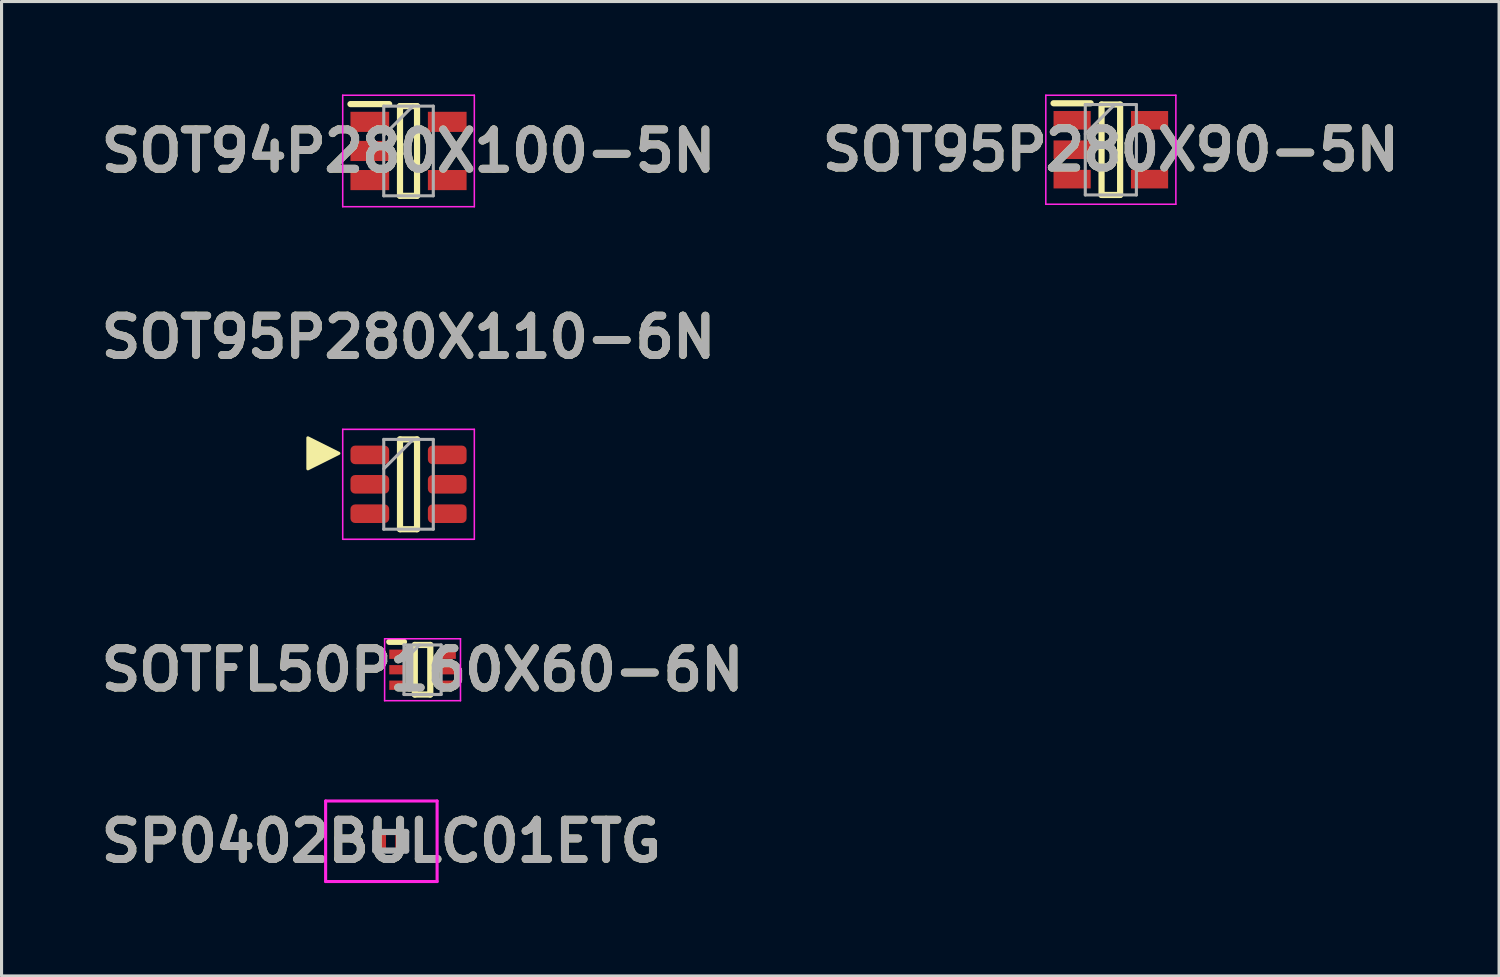
<source format=kicad_pcb>
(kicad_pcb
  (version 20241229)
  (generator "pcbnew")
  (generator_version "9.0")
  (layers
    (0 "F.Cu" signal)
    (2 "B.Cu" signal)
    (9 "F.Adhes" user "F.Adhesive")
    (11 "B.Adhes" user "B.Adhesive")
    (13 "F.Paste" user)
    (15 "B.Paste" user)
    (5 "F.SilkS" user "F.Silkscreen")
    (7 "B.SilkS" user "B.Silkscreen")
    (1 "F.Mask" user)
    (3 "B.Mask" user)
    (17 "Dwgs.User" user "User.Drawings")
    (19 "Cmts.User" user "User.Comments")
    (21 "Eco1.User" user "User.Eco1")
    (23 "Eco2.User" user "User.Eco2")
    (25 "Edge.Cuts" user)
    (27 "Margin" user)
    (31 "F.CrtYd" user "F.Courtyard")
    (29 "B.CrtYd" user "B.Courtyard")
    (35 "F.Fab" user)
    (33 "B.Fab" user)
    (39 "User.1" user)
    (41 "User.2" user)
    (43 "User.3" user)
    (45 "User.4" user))
  (footprint "SOT95P280X110-6N"
    (layer "F.Cu")
    (at 10.142 12.589)
    (property "Reference" "SOT95P280X110-6N" (at 0 -4.75 0) (layer "F.SilkS") (effects (font (size 1.27 1.27) (thickness 0.254))))
    (attr smd)
    (fp_line (start -0.275 -1.45) (end 0.275 -1.45) (stroke (width 0.2) (type solid)) (layer "F.SilkS"))
    (fp_line (start -0.275 1.45) (end -0.275 -1.45) (stroke (width 0.2) (type solid)) (layer "F.SilkS"))
    (fp_line (start 0.275 -1.45) (end 0.275 1.45) (stroke (width 0.2) (type solid)) (layer "F.SilkS"))
    (fp_line (start 0.275 1.45) (end -0.275 1.45) (stroke (width 0.2) (type solid)) (layer "F.SilkS"))
    (fp_poly (pts (xy -2.25 -1) (xy -3.25 -0.5) (xy -3.25 -1.5)) (stroke (width 0.1) (type solid)) (fill yes) (layer "F.SilkS"))
    (fp_line (start -2.125 -1.775) (end 2.125 -1.775) (stroke (width 0.05) (type solid)) (layer "F.CrtYd"))
    (fp_line (start -2.125 1.775) (end -2.125 -1.775) (stroke (width 0.05) (type solid)) (layer "F.CrtYd"))
    (fp_line (start 2.125 -1.775) (end 2.125 1.775) (stroke (width 0.05) (type solid)) (layer "F.CrtYd"))
    (fp_line (start 2.125 1.775) (end -2.125 1.775) (stroke (width 0.05) (type solid)) (layer "F.CrtYd"))
    (fp_line (start -0.8 -1.45) (end 0.8 -1.45) (stroke (width 0.1) (type solid)) (layer "F.Fab"))
    (fp_line (start -0.8 -0.5) (end 0.15 -1.45) (stroke (width 0.1) (type solid)) (layer "F.Fab"))
    (fp_line (start -0.8 1.45) (end -0.8 -1.45) (stroke (width 0.1) (type solid)) (layer "F.Fab"))
    (fp_line (start 0.8 -1.45) (end 0.8 1.45) (stroke (width 0.1) (type solid)) (layer "F.Fab"))
    (fp_line (start 0.8 1.45) (end -0.8 1.45) (stroke (width 0.1) (type solid)) (layer "F.Fab"))
    (fp_text user "${REFERENCE}" (at 0 -4.75 0) (layer "F.Fab") (effects (font (size 1.27 1.27) (thickness 0.254))))
    (pad "1" smd roundrect (at -1.25 -0.95 90) (size 0.6 1.25) (layers "F.Cu" "F.Mask" "F.Paste") (roundrect_rratio 0.25))
    (pad "2" smd roundrect (at -1.25 0 90) (size 0.6 1.25) (layers "F.Cu" "F.Mask" "F.Paste") (roundrect_rratio 0.25))
    (pad "3" smd roundrect (at -1.25 0.95 90) (size 0.6 1.25) (layers "F.Cu" "F.Mask" "F.Paste") (roundrect_rratio 0.25))
    (pad "4" smd roundrect (at 1.25 0.95 90) (size 0.6 1.25) (layers "F.Cu" "F.Mask" "F.Paste") (roundrect_rratio 0.25))
    (pad "5" smd roundrect (at 1.25 0 90) (size 0.6 1.25) (layers "F.Cu" "F.Mask" "F.Paste") (roundrect_rratio 0.25))
    (pad "6" smd roundrect (at 1.25 -0.95 90) (size 0.6 1.25) (layers "F.Cu" "F.Mask" "F.Paste") (roundrect_rratio 0.25)))
  (footprint "SOTFL50P160X60-6N"
    (layer "F.Cu")
    (at 10.595 18.577)
    (property "Reference" "SOTFL50P160X60-6N" (at 0 0 0) (layer "F.SilkS") (effects (font (size 1.27 1.27) (thickness 0.254))))
    (attr smd)
    (fp_line (start -1.075 -0.9) (end -0.6 -0.9) (stroke (width 0.2) (type solid)) (layer "F.SilkS"))
    (fp_line (start -0.25 -0.8) (end 0.25 -0.8) (stroke (width 0.2) (type solid)) (layer "F.SilkS"))
    (fp_line (start -0.25 0.8) (end -0.25 -0.8) (stroke (width 0.2) (type solid)) (layer "F.SilkS"))
    (fp_line (start 0.25 -0.8) (end 0.25 0.8) (stroke (width 0.2) (type solid)) (layer "F.SilkS"))
    (fp_line (start 0.25 0.8) (end -0.25 0.8) (stroke (width 0.2) (type solid)) (layer "F.SilkS"))
    (fp_line (start -1.225 -1) (end 1.225 -1) (stroke (width 0.05) (type solid)) (layer "F.CrtYd"))
    (fp_line (start -1.225 1) (end -1.225 -1) (stroke (width 0.05) (type solid)) (layer "F.CrtYd"))
    (fp_line (start 1.225 -1) (end 1.225 1) (stroke (width 0.05) (type solid)) (layer "F.CrtYd"))
    (fp_line (start 1.225 1) (end -1.225 1) (stroke (width 0.05) (type solid)) (layer "F.CrtYd"))
    (fp_line (start -0.6 -0.8) (end 0.6 -0.8) (stroke (width 0.1) (type solid)) (layer "F.Fab"))
    (fp_line (start -0.6 -0.3) (end -0.1 -0.8) (stroke (width 0.1) (type solid)) (layer "F.Fab"))
    (fp_line (start -0.6 0.8) (end -0.6 -0.8) (stroke (width 0.1) (type solid)) (layer "F.Fab"))
    (fp_line (start 0.6 -0.8) (end 0.6 0.8) (stroke (width 0.1) (type solid)) (layer "F.Fab"))
    (fp_line (start 0.6 0.8) (end -0.6 0.8) (stroke (width 0.1) (type solid)) (layer "F.Fab"))
    (fp_text user "${REFERENCE}" (at 0 0 0) (layer "F.Fab") (effects (font (size 1.27 1.27) (thickness 0.254))))
    (pad "1" smd rect (at -0.838 -0.5 90) (size 0.3 0.475) (layers "F.Cu" "F.Mask" "F.Paste"))
    (pad "2" smd rect (at -0.838 0 90) (size 0.3 0.475) (layers "F.Cu" "F.Mask" "F.Paste"))
    (pad "3" smd rect (at -0.838 0.5 90) (size 0.3 0.475) (layers "F.Cu" "F.Mask" "F.Paste"))
    (pad "4" smd rect (at 0.838 0.5 90) (size 0.3 0.475) (layers "F.Cu" "F.Mask" "F.Paste"))
    (pad "5" smd rect (at 0.838 0 90) (size 0.3 0.475) (layers "F.Cu" "F.Mask" "F.Paste"))
    (pad "6" smd rect (at 0.838 -0.5 90) (size 0.3 0.475) (layers "F.Cu" "F.Mask" "F.Paste")))
  (footprint "SP0402BULC01ETG"
    (layer "F.Cu")
    (at 9.565 24.116)
    (property "Reference" "SP0402BULC01ETG" (at -0.3 0 0) (layer "F.SilkS") (effects (font (size 1.27 1.27) (thickness 0.254))))
    (attr smd)
    (fp_line (start -1.1 0) (end -1.1 0) (stroke (width 0.2) (type solid)) (layer "F.SilkS"))
    (fp_line (start -1.1 0) (end -1.1 0) (stroke (width 0.2) (type solid)) (layer "F.SilkS"))
    (fp_line (start -1 0) (end -1 0) (stroke (width 0.2) (type solid)) (layer "F.SilkS"))
    (fp_arc (start -1.1 0) (mid -1.05 -0.05) (end -1 0) (stroke (width 0.2) (type solid)) (layer "F.SilkS"))
    (fp_arc (start -1 0) (mid -1.05 0.05) (end -1.1 0) (stroke (width 0.2) (type solid)) (layer "F.SilkS"))
    (fp_arc (start -1 0) (mid -1.05 0.05) (end -1.1 0) (stroke (width 0.2) (type solid)) (layer "F.SilkS"))
    (fp_line (start -2.1 -1.3) (end 1.5 -1.3) (stroke (width 0.1) (type solid)) (layer "F.CrtYd"))
    (fp_line (start -2.1 1.3) (end -2.1 -1.3) (stroke (width 0.1) (type solid)) (layer "F.CrtYd"))
    (fp_line (start 1.5 -1.3) (end 1.5 1.3) (stroke (width 0.1) (type solid)) (layer "F.CrtYd"))
    (fp_line (start 1.5 1.3) (end -2.1 1.3) (stroke (width 0.1) (type solid)) (layer "F.CrtYd"))
    (fp_line (start -0.5 -0.3) (end -0.5 0.3) (stroke (width 0.2) (type solid)) (layer "F.Fab"))
    (fp_line (start -0.5 0.3) (end 0.5 0.3) (stroke (width 0.2) (type solid)) (layer "F.Fab"))
    (fp_line (start 0.5 -0.3) (end -0.5 -0.3) (stroke (width 0.2) (type solid)) (layer "F.Fab"))
    (fp_line (start 0.5 0.3) (end 0.5 -0.3) (stroke (width 0.2) (type solid)) (layer "F.Fab"))
    (fp_text user "${REFERENCE}" (at -0.3 0 0) (layer "F.Fab") (effects (font (size 1.27 1.27) (thickness 0.254))))
    (pad "1" smd rect (at -0.325 0) (size 0.35 0.6) (layers "F.Cu" "F.Mask" "F.Paste"))
    (pad "2" smd rect (at 0.325 0) (size 0.35 0.6) (layers "F.Cu" "F.Mask" "F.Paste")))
  (footprint "SOT95P280X90-5N"
    (layer "F.Cu")
    (at 32.821 1.785)
    (property "Reference" "SOT95P280X90-5N" (at 0 0 0) (layer "F.SilkS") (effects (font (size 1.27 1.27) (thickness 0.254))))
    (attr smd)
    (fp_line (start -1.85 -1.5) (end -0.65 -1.5) (stroke (width 0.2) (type solid)) (layer "F.SilkS"))
    (fp_line (start -0.3 -1.46) (end 0.3 -1.46) (stroke (width 0.2) (type solid)) (layer "F.SilkS"))
    (fp_line (start -0.3 1.46) (end -0.3 -1.46) (stroke (width 0.2) (type solid)) (layer "F.SilkS"))
    (fp_line (start 0.3 -1.46) (end 0.3 1.46) (stroke (width 0.2) (type solid)) (layer "F.SilkS"))
    (fp_line (start 0.3 1.46) (end -0.3 1.46) (stroke (width 0.2) (type solid)) (layer "F.SilkS"))
    (fp_line (start -2.1 -1.76) (end 2.1 -1.76) (stroke (width 0.05) (type solid)) (layer "F.CrtYd"))
    (fp_line (start -2.1 1.76) (end -2.1 -1.76) (stroke (width 0.05) (type solid)) (layer "F.CrtYd"))
    (fp_line (start 2.1 -1.76) (end 2.1 1.76) (stroke (width 0.05) (type solid)) (layer "F.CrtYd"))
    (fp_line (start 2.1 1.76) (end -2.1 1.76) (stroke (width 0.05) (type solid)) (layer "F.CrtYd"))
    (fp_line (start -0.825 -1.46) (end 0.825 -1.46) (stroke (width 0.1) (type solid)) (layer "F.Fab"))
    (fp_line (start -0.825 -0.51) (end 0.125 -1.46) (stroke (width 0.1) (type solid)) (layer "F.Fab"))
    (fp_line (start -0.825 1.46) (end -0.825 -1.46) (stroke (width 0.1) (type solid)) (layer "F.Fab"))
    (fp_line (start 0.825 -1.46) (end 0.825 1.46) (stroke (width 0.1) (type solid)) (layer "F.Fab"))
    (fp_line (start 0.825 1.46) (end -0.825 1.46) (stroke (width 0.1) (type solid)) (layer "F.Fab"))
    (fp_text user "${REFERENCE}" (at 0 0 0) (layer "F.Fab") (effects (font (size 1.27 1.27) (thickness 0.254))))
    (pad "1" smd rect (at -1.25 -0.95 90) (size 0.6 1.2) (layers "F.Cu" "F.Mask" "F.Paste"))
    (pad "2" smd rect (at -1.25 0 90) (size 0.6 1.2) (layers "F.Cu" "F.Mask" "F.Paste"))
    (pad "3" smd rect (at -1.25 0.95 90) (size 0.6 1.2) (layers "F.Cu" "F.Mask" "F.Paste"))
    (pad "4" smd rect (at 1.25 0.95 90) (size 0.6 1.2) (layers "F.Cu" "F.Mask" "F.Paste"))
    (pad "5" smd rect (at 1.25 -0.95 90) (size 0.6 1.2) (layers "F.Cu" "F.Mask" "F.Paste")))
  (footprint "SOT94P280X100-5N"
    (layer "F.Cu")
    (at 10.142 1.825)
    (property "Reference" "SOT94P280X100-5N" (at 0 0 0) (layer "F.SilkS") (effects (font (size 1.27 1.27) (thickness 0.254))))
    (attr smd)
    (fp_line (start -1.875 -1.514) (end -0.625 -1.514) (stroke (width 0.2) (type solid)) (layer "F.SilkS"))
    (fp_line (start -0.275 -1.448) (end 0.275 -1.448) (stroke (width 0.2) (type solid)) (layer "F.SilkS"))
    (fp_line (start -0.275 1.448) (end -0.275 -1.448) (stroke (width 0.2) (type solid)) (layer "F.SilkS"))
    (fp_line (start 0.275 -1.448) (end 0.275 1.448) (stroke (width 0.2) (type solid)) (layer "F.SilkS"))
    (fp_line (start 0.275 1.448) (end -0.275 1.448) (stroke (width 0.2) (type solid)) (layer "F.SilkS"))
    (fp_line (start -2.125 -1.8) (end 2.125 -1.8) (stroke (width 0.05) (type solid)) (layer "F.CrtYd"))
    (fp_line (start -2.125 1.8) (end -2.125 -1.8) (stroke (width 0.05) (type solid)) (layer "F.CrtYd"))
    (fp_line (start 2.125 -1.8) (end 2.125 1.8) (stroke (width 0.05) (type solid)) (layer "F.CrtYd"))
    (fp_line (start 2.125 1.8) (end -2.125 1.8) (stroke (width 0.05) (type solid)) (layer "F.CrtYd"))
    (fp_line (start -0.8 -1.448) (end 0.8 -1.448) (stroke (width 0.1) (type solid)) (layer "F.Fab"))
    (fp_line (start -0.8 -0.508) (end 0.14 -1.448) (stroke (width 0.1) (type solid)) (layer "F.Fab"))
    (fp_line (start -0.8 1.448) (end -0.8 -1.448) (stroke (width 0.1) (type solid)) (layer "F.Fab"))
    (fp_line (start 0.8 -1.448) (end 0.8 1.448) (stroke (width 0.1) (type solid)) (layer "F.Fab"))
    (fp_line (start 0.8 1.448) (end -0.8 1.448) (stroke (width 0.1) (type solid)) (layer "F.Fab"))
    (fp_text user "${REFERENCE}" (at 0 0 0) (layer "F.Fab") (effects (font (size 1.27 1.27) (thickness 0.254))))
    (pad "1" smd rect (at -1.25 -0.94 90) (size 0.65 1.25) (layers "F.Cu" "F.Mask" "F.Paste"))
    (pad "2" smd rect (at -1.25 0 90) (size 0.65 1.25) (layers "F.Cu" "F.Mask" "F.Paste"))
    (pad "3" smd rect (at -1.25 0.94 90) (size 0.65 1.25) (layers "F.Cu" "F.Mask" "F.Paste"))
    (pad "4" smd rect (at 1.25 0.94 90) (size 0.65 1.25) (layers "F.Cu" "F.Mask" "F.Paste"))
    (pad "5" smd rect (at 1.25 -0.94 90) (size 0.65 1.25) (layers "F.Cu" "F.Mask" "F.Paste")))
  (gr_rect
    (start -3 -3)
    (end 45.358 28.466)
    (stroke (width 0.1) (type default))
    (fill no)
    (layer "Edge.Cuts")))
</source>
